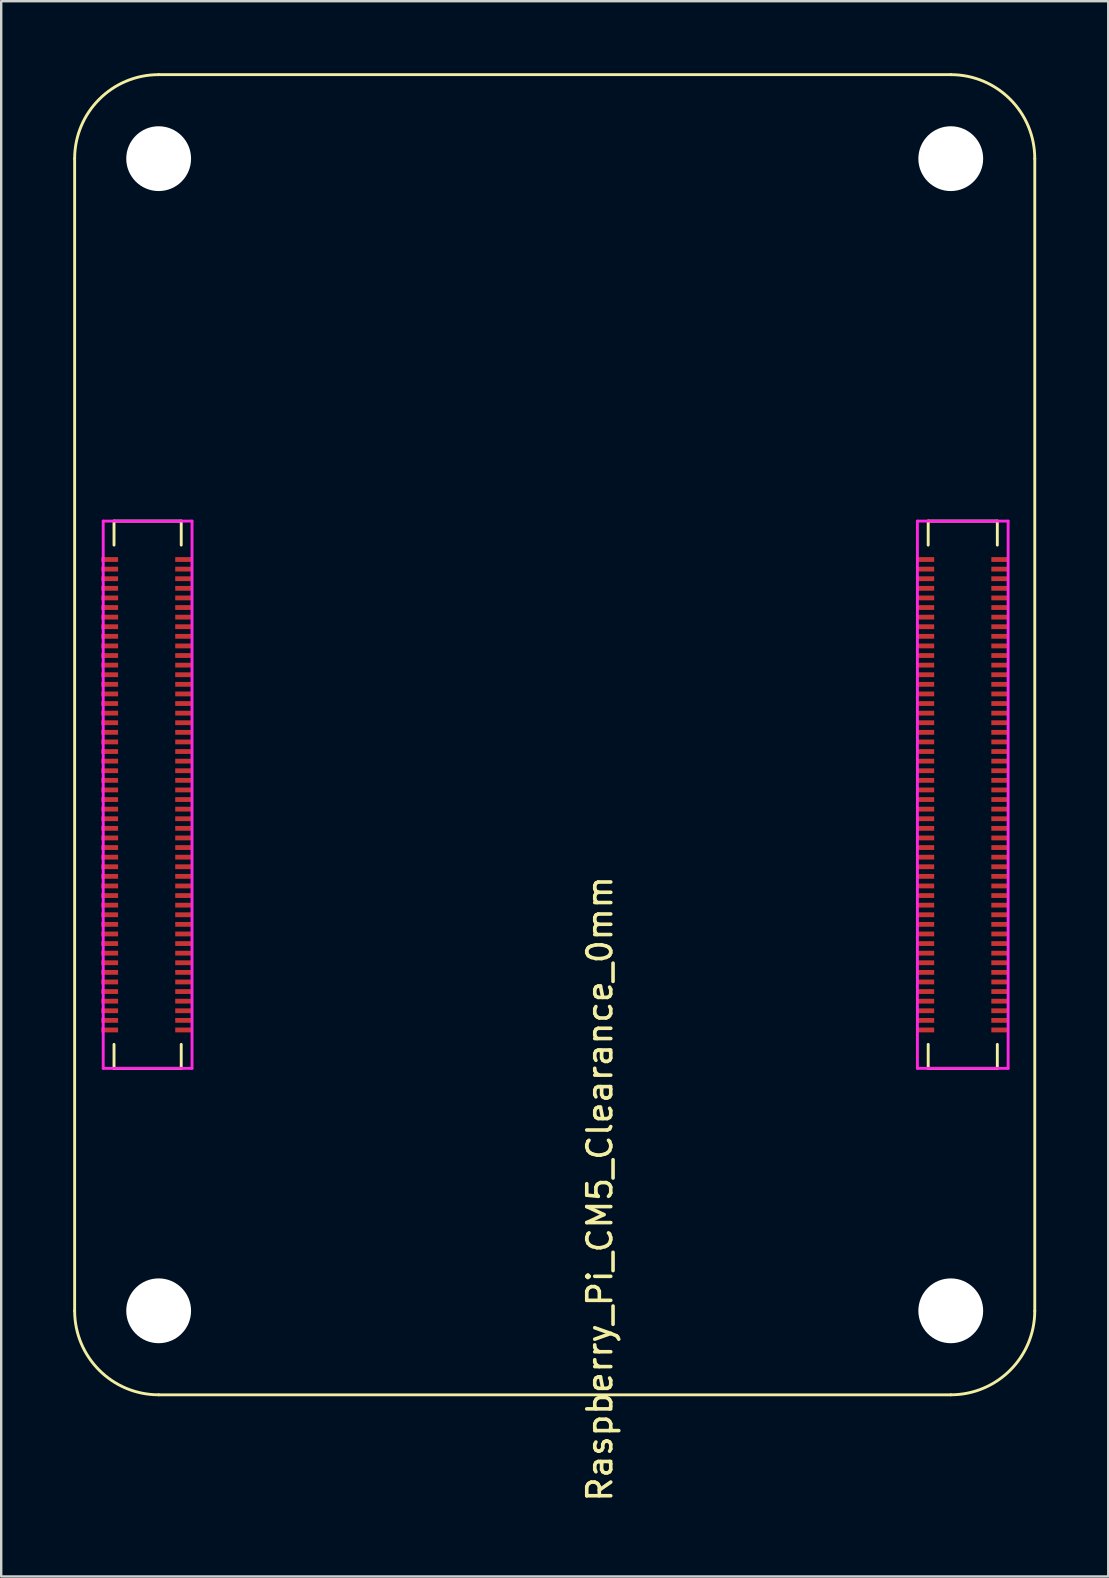
<source format=kicad_pcb>
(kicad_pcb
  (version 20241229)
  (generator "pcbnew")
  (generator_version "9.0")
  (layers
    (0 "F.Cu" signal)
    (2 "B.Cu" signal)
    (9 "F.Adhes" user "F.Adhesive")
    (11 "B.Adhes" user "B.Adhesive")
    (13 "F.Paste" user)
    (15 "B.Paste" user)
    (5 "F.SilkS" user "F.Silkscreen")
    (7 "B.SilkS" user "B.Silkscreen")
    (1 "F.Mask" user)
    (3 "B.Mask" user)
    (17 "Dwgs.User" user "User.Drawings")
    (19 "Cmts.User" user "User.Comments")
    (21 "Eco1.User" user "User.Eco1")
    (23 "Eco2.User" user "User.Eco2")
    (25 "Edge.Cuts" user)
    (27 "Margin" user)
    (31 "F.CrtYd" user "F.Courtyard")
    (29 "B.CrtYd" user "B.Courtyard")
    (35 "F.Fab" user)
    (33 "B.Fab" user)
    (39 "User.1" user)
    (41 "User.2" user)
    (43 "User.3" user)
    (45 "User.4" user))
  (footprint "Raspberry_Pi_CM5_Clearance_0mm"
    (layer "F.Cu")
    (at 3.56 51.56)
    (property "Reference" "Raspberry_Pi_CM5_Clearance_0mm" (at 18.38 -5.08 270) (layer "F.SilkS") (effects (font (size 1 1) (thickness 0.15))))
    (attr smd)
    (fp_line (start -3.5 -48) (end -3.5 0) (stroke (width 0.12) (type solid)) (layer "F.SilkS"))
    (fp_line (start -1.86 -32.9) (end -1.86 -31.9) (stroke (width 0.12) (type solid)) (layer "F.SilkS"))
    (fp_line (start -1.86 -32.9) (end 0.94 -32.9) (stroke (width 0.12) (type solid)) (layer "F.SilkS"))
    (fp_line (start -1.86 -10.1) (end -1.86 -11.1) (stroke (width 0.12) (type solid)) (layer "F.SilkS"))
    (fp_line (start -1.86 -10.1) (end 0.94 -10.1) (stroke (width 0.12) (type solid)) (layer "F.SilkS"))
    (fp_line (start 0 3.5) (end 33 3.5) (stroke (width 0.12) (type solid)) (layer "F.SilkS"))
    (fp_line (start 0.94 -32.9) (end 0.94 -31.9) (stroke (width 0.12) (type solid)) (layer "F.SilkS"))
    (fp_line (start 0.94 -10.1) (end 0.94 -11.1) (stroke (width 0.12) (type solid)) (layer "F.SilkS"))
    (fp_line (start 32.06 -32.9) (end 32.06 -31.9) (stroke (width 0.12) (type solid)) (layer "F.SilkS"))
    (fp_line (start 32.06 -32.9) (end 34.94 -32.9) (stroke (width 0.12) (type solid)) (layer "F.SilkS"))
    (fp_line (start 32.06 -10.1) (end 32.06 -11.1) (stroke (width 0.12) (type solid)) (layer "F.SilkS"))
    (fp_line (start 32.06 -10.1) (end 34.94 -10.1) (stroke (width 0.12) (type solid)) (layer "F.SilkS"))
    (fp_line (start 33 -51.5) (end 0 -51.5) (stroke (width 0.12) (type solid)) (layer "F.SilkS"))
    (fp_line (start 34.94 -32.9) (end 34.94 -31.9) (stroke (width 0.12) (type solid)) (layer "F.SilkS"))
    (fp_line (start 34.94 -10.1) (end 34.94 -11.1) (stroke (width 0.12) (type solid)) (layer "F.SilkS"))
    (fp_line (start 36.5 0) (end 36.5 -48) (stroke (width 0.12) (type solid)) (layer "F.SilkS"))
    (fp_arc (start -3.5 -48) (mid -2.474874 -50.474874) (end 0 -51.5) (stroke (width 0.12) (type solid)) (layer "F.SilkS"))
    (fp_arc (start 0 3.5) (mid -2.474874 2.474874) (end -3.5 0) (stroke (width 0.12) (type solid)) (layer "F.SilkS"))
    (fp_arc (start 33 -51.5) (mid 35.474874 -50.474874) (end 36.5 -48) (stroke (width 0.12) (type solid)) (layer "F.SilkS"))
    (fp_arc (start 36.5 0) (mid 35.474874 2.474874) (end 33 3.5) (stroke (width 0.12) (type solid)) (layer "F.SilkS"))
    (fp_line (start -2.31 -32.9) (end 1.39 -32.9) (stroke (width 0.12) (type solid)) (layer "F.CrtYd"))
    (fp_line (start -2.31 -10.1) (end -2.31 -32.9) (stroke (width 0.12) (type solid)) (layer "F.CrtYd"))
    (fp_line (start 1.39 -32.9) (end 1.39 -10.1) (stroke (width 0.12) (type solid)) (layer "F.CrtYd"))
    (fp_line (start 1.39 -10.1) (end -2.31 -10.1) (stroke (width 0.12) (type solid)) (layer "F.CrtYd"))
    (fp_line (start 31.61 -32.9) (end 35.39 -32.9) (stroke (width 0.12) (type solid)) (layer "F.CrtYd"))
    (fp_line (start 31.61 -10.1) (end 31.61 -32.9) (stroke (width 0.12) (type solid)) (layer "F.CrtYd"))
    (fp_line (start 35.39 -32.9) (end 35.39 -10.1) (stroke (width 0.12) (type solid)) (layer "F.CrtYd"))
    (fp_line (start 35.39 -10.1) (end 31.61 -10.1) (stroke (width 0.12) (type solid)) (layer "F.CrtYd"))
    (pad "" np_thru_hole circle (at 0 -48) (size 2.7 2.7) (drill 2.7) (layers "*.Cu" "*.Mask"))
    (pad "" np_thru_hole circle (at 0 0) (size 2.7 2.7) (drill 2.7) (layers "*.Cu" "*.Mask"))
    (pad "" np_thru_hole circle (at 33 -48) (size 2.7 2.7) (drill 2.7) (layers "*.Cu" "*.Mask"))
    (pad "" np_thru_hole circle (at 33 0) (size 2.7 2.7) (drill 2.7) (layers "*.Cu" "*.Mask"))
    (pad "1" smd rect (at -2.04 -31.3 270) (size 0.2 0.7) (layers "F.Cu" "F.Mask" "F.Paste"))
    (pad "2" smd rect (at 1.04 -31.3 270) (size 0.2 0.7) (layers "F.Cu" "F.Mask" "F.Paste"))
    (pad "3" smd rect (at -2.04 -30.9 270) (size 0.2 0.7) (layers "F.Cu" "F.Mask" "F.Paste"))
    (pad "4" smd rect (at 1.04 -30.9 270) (size 0.2 0.7) (layers "F.Cu" "F.Mask" "F.Paste"))
    (pad "5" smd rect (at -2.04 -30.5 270) (size 0.2 0.7) (layers "F.Cu" "F.Mask" "F.Paste"))
    (pad "6" smd rect (at 1.04 -30.5 270) (size 0.2 0.7) (layers "F.Cu" "F.Mask" "F.Paste"))
    (pad "7" smd rect (at -2.04 -30.1 270) (size 0.2 0.7) (layers "F.Cu" "F.Mask" "F.Paste"))
    (pad "8" smd rect (at 1.04 -30.1 270) (size 0.2 0.7) (layers "F.Cu" "F.Mask" "F.Paste"))
    (pad "9" smd rect (at -2.04 -29.7 270) (size 0.2 0.7) (layers "F.Cu" "F.Mask" "F.Paste"))
    (pad "10" smd rect (at 1.04 -29.7 270) (size 0.2 0.7) (layers "F.Cu" "F.Mask" "F.Paste"))
    (pad "11" smd rect (at -2.04 -29.3 270) (size 0.2 0.7) (layers "F.Cu" "F.Mask" "F.Paste"))
    (pad "12" smd rect (at 1.04 -29.3 270) (size 0.2 0.7) (layers "F.Cu" "F.Mask" "F.Paste"))
    (pad "13" smd rect (at -2.04 -28.9 270) (size 0.2 0.7) (layers "F.Cu" "F.Mask" "F.Paste"))
    (pad "14" smd rect (at 1.04 -28.9 270) (size 0.2 0.7) (layers "F.Cu" "F.Mask" "F.Paste"))
    (pad "15" smd rect (at -2.04 -28.5 270) (size 0.2 0.7) (layers "F.Cu" "F.Mask" "F.Paste"))
    (pad "16" smd rect (at 1.04 -28.5 270) (size 0.2 0.7) (layers "F.Cu" "F.Mask" "F.Paste"))
    (pad "17" smd rect (at -2.04 -28.1 270) (size 0.2 0.7) (layers "F.Cu" "F.Mask" "F.Paste"))
    (pad "18" smd rect (at 1.04 -28.1 270) (size 0.2 0.7) (layers "F.Cu" "F.Mask" "F.Paste"))
    (pad "19" smd rect (at -2.04 -27.7 270) (size 0.2 0.7) (layers "F.Cu" "F.Mask" "F.Paste"))
    (pad "20" smd rect (at 1.04 -27.7 270) (size 0.2 0.7) (layers "F.Cu" "F.Mask" "F.Paste"))
    (pad "21" smd rect (at -2.04 -27.3 270) (size 0.2 0.7) (layers "F.Cu" "F.Mask" "F.Paste"))
    (pad "22" smd rect (at 1.04 -27.3 270) (size 0.2 0.7) (layers "F.Cu" "F.Mask" "F.Paste"))
    (pad "23" smd rect (at -2.04 -26.9 270) (size 0.2 0.7) (layers "F.Cu" "F.Mask" "F.Paste"))
    (pad "24" smd rect (at 1.04 -26.9 270) (size 0.2 0.7) (layers "F.Cu" "F.Mask" "F.Paste"))
    (pad "25" smd rect (at -2.04 -26.5 270) (size 0.2 0.7) (layers "F.Cu" "F.Mask" "F.Paste"))
    (pad "26" smd rect (at 1.04 -26.5 270) (size 0.2 0.7) (layers "F.Cu" "F.Mask" "F.Paste"))
    (pad "27" smd rect (at -2.04 -26.1 270) (size 0.2 0.7) (layers "F.Cu" "F.Mask" "F.Paste"))
    (pad "28" smd rect (at 1.04 -26.1 270) (size 0.2 0.7) (layers "F.Cu" "F.Mask" "F.Paste"))
    (pad "29" smd rect (at -2.04 -25.7 270) (size 0.2 0.7) (layers "F.Cu" "F.Mask" "F.Paste"))
    (pad "30" smd rect (at 1.04 -25.7 270) (size 0.2 0.7) (layers "F.Cu" "F.Mask" "F.Paste"))
    (pad "31" smd rect (at -2.04 -25.3 270) (size 0.2 0.7) (layers "F.Cu" "F.Mask" "F.Paste"))
    (pad "32" smd rect (at 1.04 -25.3 270) (size 0.2 0.7) (layers "F.Cu" "F.Mask" "F.Paste"))
    (pad "33" smd rect (at -2.04 -24.9 270) (size 0.2 0.7) (layers "F.Cu" "F.Mask" "F.Paste"))
    (pad "34" smd rect (at 1.04 -24.9 270) (size 0.2 0.7) (layers "F.Cu" "F.Mask" "F.Paste"))
    (pad "35" smd rect (at -2.04 -24.5 270) (size 0.2 0.7) (layers "F.Cu" "F.Mask" "F.Paste"))
    (pad "36" smd rect (at 1.04 -24.5 270) (size 0.2 0.7) (layers "F.Cu" "F.Mask" "F.Paste"))
    (pad "37" smd rect (at -2.04 -24.1 270) (size 0.2 0.7) (layers "F.Cu" "F.Mask" "F.Paste"))
    (pad "38" smd rect (at 1.04 -24.1 270) (size 0.2 0.7) (layers "F.Cu" "F.Mask" "F.Paste"))
    (pad "39" smd rect (at -2.04 -23.7 270) (size 0.2 0.7) (layers "F.Cu" "F.Mask" "F.Paste"))
    (pad "40" smd rect (at 1.04 -23.7 270) (size 0.2 0.7) (layers "F.Cu" "F.Mask" "F.Paste"))
    (pad "41" smd rect (at -2.04 -23.3 270) (size 0.2 0.7) (layers "F.Cu" "F.Mask" "F.Paste"))
    (pad "42" smd rect (at 1.04 -23.3 270) (size 0.2 0.7) (layers "F.Cu" "F.Mask" "F.Paste"))
    (pad "43" smd rect (at -2.04 -22.9 270) (size 0.2 0.7) (layers "F.Cu" "F.Mask" "F.Paste"))
    (pad "44" smd rect (at 1.04 -22.9 270) (size 0.2 0.7) (layers "F.Cu" "F.Mask" "F.Paste"))
    (pad "45" smd rect (at -2.04 -22.5 270) (size 0.2 0.7) (layers "F.Cu" "F.Mask" "F.Paste"))
    (pad "46" smd rect (at 1.04 -22.5 270) (size 0.2 0.7) (layers "F.Cu" "F.Mask" "F.Paste"))
    (pad "47" smd rect (at -2.04 -22.1 270) (size 0.2 0.7) (layers "F.Cu" "F.Mask" "F.Paste"))
    (pad "48" smd rect (at 1.04 -22.1 270) (size 0.2 0.7) (layers "F.Cu" "F.Mask" "F.Paste"))
    (pad "49" smd rect (at -2.04 -21.7 270) (size 0.2 0.7) (layers "F.Cu" "F.Mask" "F.Paste"))
    (pad "50" smd rect (at 1.04 -21.7 270) (size 0.2 0.7) (layers "F.Cu" "F.Mask" "F.Paste"))
    (pad "51" smd rect (at -2.04 -21.3 270) (size 0.2 0.7) (layers "F.Cu" "F.Mask" "F.Paste"))
    (pad "52" smd rect (at 1.04 -21.3 270) (size 0.2 0.7) (layers "F.Cu" "F.Mask" "F.Paste"))
    (pad "53" smd rect (at -2.04 -20.9 270) (size 0.2 0.7) (layers "F.Cu" "F.Mask" "F.Paste"))
    (pad "54" smd rect (at 1.04 -20.9 270) (size 0.2 0.7) (layers "F.Cu" "F.Mask" "F.Paste"))
    (pad "55" smd rect (at -2.04 -20.5 270) (size 0.2 0.7) (layers "F.Cu" "F.Mask" "F.Paste"))
    (pad "56" smd rect (at 1.04 -20.5 270) (size 0.2 0.7) (layers "F.Cu" "F.Mask" "F.Paste"))
    (pad "57" smd rect (at -2.04 -20.1 270) (size 0.2 0.7) (layers "F.Cu" "F.Mask" "F.Paste"))
    (pad "58" smd rect (at 1.04 -20.1 270) (size 0.2 0.7) (layers "F.Cu" "F.Mask" "F.Paste"))
    (pad "59" smd rect (at -2.04 -19.7 270) (size 0.2 0.7) (layers "F.Cu" "F.Mask" "F.Paste"))
    (pad "60" smd rect (at 1.04 -19.7 270) (size 0.2 0.7) (layers "F.Cu" "F.Mask" "F.Paste"))
    (pad "61" smd rect (at -2.04 -19.3 270) (size 0.2 0.7) (layers "F.Cu" "F.Mask" "F.Paste"))
    (pad "62" smd rect (at 1.04 -19.3 270) (size 0.2 0.7) (layers "F.Cu" "F.Mask" "F.Paste"))
    (pad "63" smd rect (at -2.04 -18.9 270) (size 0.2 0.7) (layers "F.Cu" "F.Mask" "F.Paste"))
    (pad "64" smd rect (at 1.04 -18.9 270) (size 0.2 0.7) (layers "F.Cu" "F.Mask" "F.Paste"))
    (pad "65" smd rect (at -2.04 -18.5 270) (size 0.2 0.7) (layers "F.Cu" "F.Mask" "F.Paste"))
    (pad "66" smd rect (at 1.04 -18.5 270) (size 0.2 0.7) (layers "F.Cu" "F.Mask" "F.Paste"))
    (pad "67" smd rect (at -2.04 -18.1 270) (size 0.2 0.7) (layers "F.Cu" "F.Mask" "F.Paste"))
    (pad "68" smd rect (at 1.04 -18.1 270) (size 0.2 0.7) (layers "F.Cu" "F.Mask" "F.Paste"))
    (pad "69" smd rect (at -2.04 -17.7 270) (size 0.2 0.7) (layers "F.Cu" "F.Mask" "F.Paste"))
    (pad "70" smd rect (at 1.04 -17.7 270) (size 0.2 0.7) (layers "F.Cu" "F.Mask" "F.Paste"))
    (pad "71" smd rect (at -2.04 -17.3 270) (size 0.2 0.7) (layers "F.Cu" "F.Mask" "F.Paste"))
    (pad "72" smd rect (at 1.04 -17.3 270) (size 0.2 0.7) (layers "F.Cu" "F.Mask" "F.Paste"))
    (pad "73" smd rect (at -2.04 -16.9 270) (size 0.2 0.7) (layers "F.Cu" "F.Mask" "F.Paste"))
    (pad "74" smd rect (at 1.04 -16.9 270) (size 0.2 0.7) (layers "F.Cu" "F.Mask" "F.Paste"))
    (pad "75" smd rect (at -2.04 -16.5 270) (size 0.2 0.7) (layers "F.Cu" "F.Mask" "F.Paste"))
    (pad "76" smd rect (at 1.04 -16.5 270) (size 0.2 0.7) (layers "F.Cu" "F.Mask" "F.Paste"))
    (pad "77" smd rect (at -2.04 -16.1 270) (size 0.2 0.7) (layers "F.Cu" "F.Mask" "F.Paste"))
    (pad "78" smd rect (at 1.04 -16.1 270) (size 0.2 0.7) (layers "F.Cu" "F.Mask" "F.Paste"))
    (pad "79" smd rect (at -2.04 -15.7 270) (size 0.2 0.7) (layers "F.Cu" "F.Mask" "F.Paste"))
    (pad "80" smd rect (at 1.04 -15.7 270) (size 0.2 0.7) (layers "F.Cu" "F.Mask" "F.Paste"))
    (pad "81" smd rect (at -2.04 -15.3 270) (size 0.2 0.7) (layers "F.Cu" "F.Mask" "F.Paste"))
    (pad "82" smd rect (at 1.04 -15.3 270) (size 0.2 0.7) (layers "F.Cu" "F.Mask" "F.Paste"))
    (pad "83" smd rect (at -2.04 -14.9 270) (size 0.2 0.7) (layers "F.Cu" "F.Mask" "F.Paste"))
    (pad "84" smd rect (at 1.04 -14.9 270) (size 0.2 0.7) (layers "F.Cu" "F.Mask" "F.Paste"))
    (pad "85" smd rect (at -2.04 -14.5 270) (size 0.2 0.7) (layers "F.Cu" "F.Mask" "F.Paste"))
    (pad "86" smd rect (at 1.04 -14.5 270) (size 0.2 0.7) (layers "F.Cu" "F.Mask" "F.Paste"))
    (pad "87" smd rect (at -2.04 -14.1 270) (size 0.2 0.7) (layers "F.Cu" "F.Mask" "F.Paste"))
    (pad "88" smd rect (at 1.04 -14.1 270) (size 0.2 0.7) (layers "F.Cu" "F.Mask" "F.Paste"))
    (pad "89" smd rect (at -2.04 -13.7 270) (size 0.2 0.7) (layers "F.Cu" "F.Mask" "F.Paste"))
    (pad "90" smd rect (at 1.04 -13.7 270) (size 0.2 0.7) (layers "F.Cu" "F.Mask" "F.Paste"))
    (pad "91" smd rect (at -2.04 -13.3 270) (size 0.2 0.7) (layers "F.Cu" "F.Mask" "F.Paste"))
    (pad "92" smd rect (at 1.04 -13.3 270) (size 0.2 0.7) (layers "F.Cu" "F.Mask" "F.Paste"))
    (pad "93" smd rect (at -2.04 -12.9 270) (size 0.2 0.7) (layers "F.Cu" "F.Mask" "F.Paste"))
    (pad "94" smd rect (at 1.04 -12.9 270) (size 0.2 0.7) (layers "F.Cu" "F.Mask" "F.Paste"))
    (pad "95" smd rect (at -2.04 -12.5 270) (size 0.2 0.7) (layers "F.Cu" "F.Mask" "F.Paste"))
    (pad "96" smd rect (at 1.04 -12.5 270) (size 0.2 0.7) (layers "F.Cu" "F.Mask" "F.Paste"))
    (pad "97" smd rect (at -2.04 -12.1 270) (size 0.2 0.7) (layers "F.Cu" "F.Mask" "F.Paste"))
    (pad "98" smd rect (at 1.04 -12.1 270) (size 0.2 0.7) (layers "F.Cu" "F.Mask" "F.Paste"))
    (pad "99" smd rect (at -2.04 -11.7 270) (size 0.2 0.7) (layers "F.Cu" "F.Mask" "F.Paste"))
    (pad "100" smd rect (at 1.04 -11.7 270) (size 0.2 0.7) (layers "F.Cu" "F.Mask" "F.Paste"))
    (pad "101" smd rect (at 31.96 -31.3 270) (size 0.2 0.7) (layers "F.Cu" "F.Mask" "F.Paste"))
    (pad "102" smd rect (at 35.04 -31.3 270) (size 0.2 0.7) (layers "F.Cu" "F.Mask" "F.Paste"))
    (pad "103" smd rect (at 31.96 -30.9 270) (size 0.2 0.7) (layers "F.Cu" "F.Mask" "F.Paste"))
    (pad "104" smd rect (at 35.04 -30.9 270) (size 0.2 0.7) (layers "F.Cu" "F.Mask" "F.Paste"))
    (pad "105" smd rect (at 31.96 -30.5 270) (size 0.2 0.7) (layers "F.Cu" "F.Mask" "F.Paste"))
    (pad "106" smd rect (at 35.04 -30.5 270) (size 0.2 0.7) (layers "F.Cu" "F.Mask" "F.Paste"))
    (pad "107" smd rect (at 31.96 -30.1 270) (size 0.2 0.7) (layers "F.Cu" "F.Mask" "F.Paste"))
    (pad "108" smd rect (at 35.04 -30.1 270) (size 0.2 0.7) (layers "F.Cu" "F.Mask" "F.Paste"))
    (pad "109" smd rect (at 31.96 -29.7 270) (size 0.2 0.7) (layers "F.Cu" "F.Mask" "F.Paste"))
    (pad "110" smd rect (at 35.04 -29.7 270) (size 0.2 0.7) (layers "F.Cu" "F.Mask" "F.Paste"))
    (pad "111" smd rect (at 31.96 -29.3 270) (size 0.2 0.7) (layers "F.Cu" "F.Mask" "F.Paste"))
    (pad "112" smd rect (at 35.04 -29.3 270) (size 0.2 0.7) (layers "F.Cu" "F.Mask" "F.Paste"))
    (pad "113" smd rect (at 31.96 -28.9 270) (size 0.2 0.7) (layers "F.Cu" "F.Mask" "F.Paste"))
    (pad "114" smd rect (at 35.04 -28.9 270) (size 0.2 0.7) (layers "F.Cu" "F.Mask" "F.Paste"))
    (pad "115" smd rect (at 31.96 -28.5 270) (size 0.2 0.7) (layers "F.Cu" "F.Mask" "F.Paste"))
    (pad "116" smd rect (at 35.04 -28.5 270) (size 0.2 0.7) (layers "F.Cu" "F.Mask" "F.Paste"))
    (pad "117" smd rect (at 31.96 -28.1 270) (size 0.2 0.7) (layers "F.Cu" "F.Mask" "F.Paste"))
    (pad "118" smd rect (at 35.04 -28.1 270) (size 0.2 0.7) (layers "F.Cu" "F.Mask" "F.Paste"))
    (pad "119" smd rect (at 31.96 -27.7 270) (size 0.2 0.7) (layers "F.Cu" "F.Mask" "F.Paste"))
    (pad "120" smd rect (at 35.04 -27.7 270) (size 0.2 0.7) (layers "F.Cu" "F.Mask" "F.Paste"))
    (pad "121" smd rect (at 31.96 -27.3 270) (size 0.2 0.7) (layers "F.Cu" "F.Mask" "F.Paste"))
    (pad "122" smd rect (at 35.04 -27.3 270) (size 0.2 0.7) (layers "F.Cu" "F.Mask" "F.Paste"))
    (pad "123" smd rect (at 31.96 -26.9 270) (size 0.2 0.7) (layers "F.Cu" "F.Mask" "F.Paste"))
    (pad "124" smd rect (at 35.04 -26.9 270) (size 0.2 0.7) (layers "F.Cu" "F.Mask" "F.Paste"))
    (pad "125" smd rect (at 31.96 -26.5 270) (size 0.2 0.7) (layers "F.Cu" "F.Mask" "F.Paste"))
    (pad "126" smd rect (at 35.04 -26.5 270) (size 0.2 0.7) (layers "F.Cu" "F.Mask" "F.Paste"))
    (pad "127" smd rect (at 31.96 -26.1 270) (size 0.2 0.7) (layers "F.Cu" "F.Mask" "F.Paste"))
    (pad "128" smd rect (at 35.04 -26.1 270) (size 0.2 0.7) (layers "F.Cu" "F.Mask" "F.Paste"))
    (pad "129" smd rect (at 31.96 -25.7 270) (size 0.2 0.7) (layers "F.Cu" "F.Mask" "F.Paste"))
    (pad "130" smd rect (at 35.04 -25.7 270) (size 0.2 0.7) (layers "F.Cu" "F.Mask" "F.Paste"))
    (pad "131" smd rect (at 31.96 -25.3 270) (size 0.2 0.7) (layers "F.Cu" "F.Mask" "F.Paste"))
    (pad "132" smd rect (at 35.04 -25.3 270) (size 0.2 0.7) (layers "F.Cu" "F.Mask" "F.Paste"))
    (pad "133" smd rect (at 31.96 -24.9 270) (size 0.2 0.7) (layers "F.Cu" "F.Mask" "F.Paste"))
    (pad "134" smd rect (at 35.04 -24.9 270) (size 0.2 0.7) (layers "F.Cu" "F.Mask" "F.Paste"))
    (pad "135" smd rect (at 31.96 -24.5 270) (size 0.2 0.7) (layers "F.Cu" "F.Mask" "F.Paste"))
    (pad "136" smd rect (at 35.04 -24.5 270) (size 0.2 0.7) (layers "F.Cu" "F.Mask" "F.Paste"))
    (pad "137" smd rect (at 31.96 -24.1 270) (size 0.2 0.7) (layers "F.Cu" "F.Mask" "F.Paste"))
    (pad "138" smd rect (at 35.04 -24.1 270) (size 0.2 0.7) (layers "F.Cu" "F.Mask" "F.Paste"))
    (pad "139" smd rect (at 31.96 -23.7 270) (size 0.2 0.7) (layers "F.Cu" "F.Mask" "F.Paste"))
    (pad "140" smd rect (at 35.04 -23.7 270) (size 0.2 0.7) (layers "F.Cu" "F.Mask" "F.Paste"))
    (pad "141" smd rect (at 31.96 -23.3 270) (size 0.2 0.7) (layers "F.Cu" "F.Mask" "F.Paste"))
    (pad "142" smd rect (at 35.04 -23.3 270) (size 0.2 0.7) (layers "F.Cu" "F.Mask" "F.Paste"))
    (pad "143" smd rect (at 31.96 -22.9 270) (size 0.2 0.7) (layers "F.Cu" "F.Mask" "F.Paste"))
    (pad "144" smd rect (at 35.04 -22.9 270) (size 0.2 0.7) (layers "F.Cu" "F.Mask" "F.Paste"))
    (pad "145" smd rect (at 31.96 -22.5 270) (size 0.2 0.7) (layers "F.Cu" "F.Mask" "F.Paste"))
    (pad "146" smd rect (at 35.04 -22.5 270) (size 0.2 0.7) (layers "F.Cu" "F.Mask" "F.Paste"))
    (pad "147" smd rect (at 31.96 -22.1 270) (size 0.2 0.7) (layers "F.Cu" "F.Mask" "F.Paste"))
    (pad "148" smd rect (at 35.04 -22.1 270) (size 0.2 0.7) (layers "F.Cu" "F.Mask" "F.Paste"))
    (pad "149" smd rect (at 31.96 -21.7 270) (size 0.2 0.7) (layers "F.Cu" "F.Mask" "F.Paste"))
    (pad "150" smd rect (at 35.04 -21.7 270) (size 0.2 0.7) (layers "F.Cu" "F.Mask" "F.Paste"))
    (pad "151" smd rect (at 31.96 -21.3 270) (size 0.2 0.7) (layers "F.Cu" "F.Mask" "F.Paste"))
    (pad "152" smd rect (at 35.04 -21.3 270) (size 0.2 0.7) (layers "F.Cu" "F.Mask" "F.Paste"))
    (pad "153" smd rect (at 31.96 -20.9 270) (size 0.2 0.7) (layers "F.Cu" "F.Mask" "F.Paste"))
    (pad "154" smd rect (at 35.04 -20.9 270) (size 0.2 0.7) (layers "F.Cu" "F.Mask" "F.Paste"))
    (pad "155" smd rect (at 31.96 -20.5 270) (size 0.2 0.7) (layers "F.Cu" "F.Mask" "F.Paste"))
    (pad "156" smd rect (at 35.04 -20.5 270) (size 0.2 0.7) (layers "F.Cu" "F.Mask" "F.Paste"))
    (pad "157" smd rect (at 31.96 -20.1 270) (size 0.2 0.7) (layers "F.Cu" "F.Mask" "F.Paste"))
    (pad "158" smd rect (at 35.04 -20.1 270) (size 0.2 0.7) (layers "F.Cu" "F.Mask" "F.Paste"))
    (pad "159" smd rect (at 31.96 -19.7 270) (size 0.2 0.7) (layers "F.Cu" "F.Mask" "F.Paste"))
    (pad "160" smd rect (at 35.04 -19.7 270) (size 0.2 0.7) (layers "F.Cu" "F.Mask" "F.Paste"))
    (pad "161" smd rect (at 31.96 -19.3 270) (size 0.2 0.7) (layers "F.Cu" "F.Mask" "F.Paste"))
    (pad "162" smd rect (at 35.04 -19.3 270) (size 0.2 0.7) (layers "F.Cu" "F.Mask" "F.Paste"))
    (pad "163" smd rect (at 31.96 -18.9 270) (size 0.2 0.7) (layers "F.Cu" "F.Mask" "F.Paste"))
    (pad "164" smd rect (at 35.04 -18.9 270) (size 0.2 0.7) (layers "F.Cu" "F.Mask" "F.Paste"))
    (pad "165" smd rect (at 31.96 -18.5 270) (size 0.2 0.7) (layers "F.Cu" "F.Mask" "F.Paste"))
    (pad "166" smd rect (at 35.04 -18.5 270) (size 0.2 0.7) (layers "F.Cu" "F.Mask" "F.Paste"))
    (pad "167" smd rect (at 31.96 -18.1 270) (size 0.2 0.7) (layers "F.Cu" "F.Mask" "F.Paste"))
    (pad "168" smd rect (at 35.04 -18.1 270) (size 0.2 0.7) (layers "F.Cu" "F.Mask" "F.Paste"))
    (pad "169" smd rect (at 31.96 -17.7 270) (size 0.2 0.7) (layers "F.Cu" "F.Mask" "F.Paste"))
    (pad "170" smd rect (at 35.04 -17.7 270) (size 0.2 0.7) (layers "F.Cu" "F.Mask" "F.Paste"))
    (pad "171" smd rect (at 31.96 -17.3 270) (size 0.2 0.7) (layers "F.Cu" "F.Mask" "F.Paste"))
    (pad "172" smd rect (at 35.04 -17.3 270) (size 0.2 0.7) (layers "F.Cu" "F.Mask" "F.Paste"))
    (pad "173" smd rect (at 31.96 -16.9 270) (size 0.2 0.7) (layers "F.Cu" "F.Mask" "F.Paste"))
    (pad "174" smd rect (at 35.04 -16.9 270) (size 0.2 0.7) (layers "F.Cu" "F.Mask" "F.Paste"))
    (pad "175" smd rect (at 31.96 -16.5 270) (size 0.2 0.7) (layers "F.Cu" "F.Mask" "F.Paste"))
    (pad "176" smd rect (at 35.04 -16.5 270) (size 0.2 0.7) (layers "F.Cu" "F.Mask" "F.Paste"))
    (pad "177" smd rect (at 31.96 -16.1 270) (size 0.2 0.7) (layers "F.Cu" "F.Mask" "F.Paste"))
    (pad "178" smd rect (at 35.04 -16.1 270) (size 0.2 0.7) (layers "F.Cu" "F.Mask" "F.Paste"))
    (pad "179" smd rect (at 31.96 -15.7 270) (size 0.2 0.7) (layers "F.Cu" "F.Mask" "F.Paste"))
    (pad "180" smd rect (at 35.04 -15.7 270) (size 0.2 0.7) (layers "F.Cu" "F.Mask" "F.Paste"))
    (pad "181" smd rect (at 31.96 -15.3 270) (size 0.2 0.7) (layers "F.Cu" "F.Mask" "F.Paste"))
    (pad "182" smd rect (at 35.04 -15.3 270) (size 0.2 0.7) (layers "F.Cu" "F.Mask" "F.Paste"))
    (pad "183" smd rect (at 31.96 -14.9 270) (size 0.2 0.7) (layers "F.Cu" "F.Mask" "F.Paste"))
    (pad "184" smd rect (at 35.04 -14.9 270) (size 0.2 0.7) (layers "F.Cu" "F.Mask" "F.Paste"))
    (pad "185" smd rect (at 31.96 -14.5 270) (size 0.2 0.7) (layers "F.Cu" "F.Mask" "F.Paste"))
    (pad "186" smd rect (at 35.04 -14.5 270) (size 0.2 0.7) (layers "F.Cu" "F.Mask" "F.Paste"))
    (pad "187" smd rect (at 31.96 -14.1 270) (size 0.2 0.7) (layers "F.Cu" "F.Mask" "F.Paste"))
    (pad "188" smd rect (at 35.04 -14.1 270) (size 0.2 0.7) (layers "F.Cu" "F.Mask" "F.Paste"))
    (pad "189" smd rect (at 31.96 -13.7 270) (size 0.2 0.7) (layers "F.Cu" "F.Mask" "F.Paste"))
    (pad "190" smd rect (at 35.04 -13.7 270) (size 0.2 0.7) (layers "F.Cu" "F.Mask" "F.Paste"))
    (pad "191" smd rect (at 31.96 -13.3 270) (size 0.2 0.7) (layers "F.Cu" "F.Mask" "F.Paste"))
    (pad "192" smd rect (at 35.04 -13.3 270) (size 0.2 0.7) (layers "F.Cu" "F.Mask" "F.Paste"))
    (pad "193" smd rect (at 31.96 -12.9 270) (size 0.2 0.7) (layers "F.Cu" "F.Mask" "F.Paste"))
    (pad "194" smd rect (at 35.04 -12.9 270) (size 0.2 0.7) (layers "F.Cu" "F.Mask" "F.Paste"))
    (pad "195" smd rect (at 31.96 -12.5 270) (size 0.2 0.7) (layers "F.Cu" "F.Mask" "F.Paste"))
    (pad "196" smd rect (at 35.04 -12.5 270) (size 0.2 0.7) (layers "F.Cu" "F.Mask" "F.Paste"))
    (pad "197" smd rect (at 31.96 -12.1 270) (size 0.2 0.7) (layers "F.Cu" "F.Mask" "F.Paste"))
    (pad "198" smd rect (at 35.04 -12.1 270) (size 0.2 0.7) (layers "F.Cu" "F.Mask" "F.Paste"))
    (pad "199" smd rect (at 31.96 -11.7 270) (size 0.2 0.7) (layers "F.Cu" "F.Mask" "F.Paste"))
    (pad "200" smd rect (at 35.04 -11.7 270) (size 0.2 0.7) (layers "F.Cu" "F.Mask" "F.Paste")))
  (gr_rect
    (start -3 -3)
    (end 43.12 62.629)
    (stroke (width 0.1) (type default))
    (fill no)
    (layer "Edge.Cuts")))
</source>
